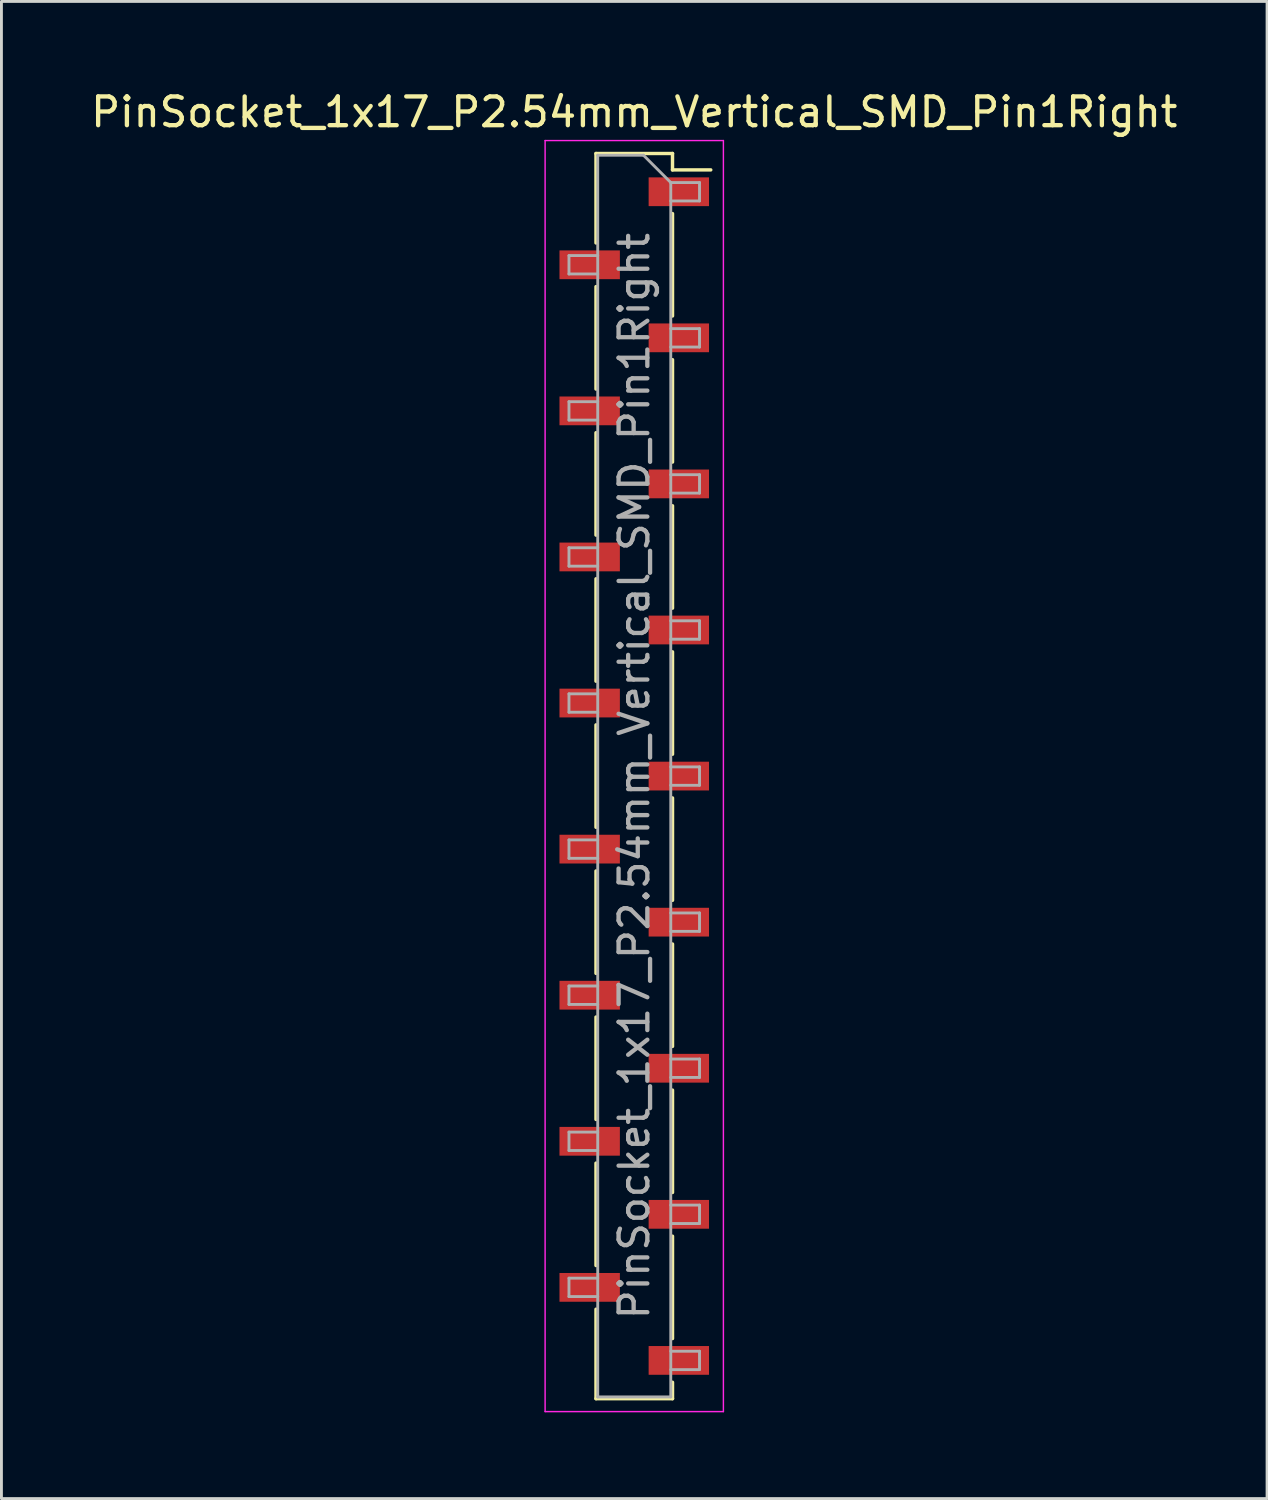
<source format=kicad_pcb>
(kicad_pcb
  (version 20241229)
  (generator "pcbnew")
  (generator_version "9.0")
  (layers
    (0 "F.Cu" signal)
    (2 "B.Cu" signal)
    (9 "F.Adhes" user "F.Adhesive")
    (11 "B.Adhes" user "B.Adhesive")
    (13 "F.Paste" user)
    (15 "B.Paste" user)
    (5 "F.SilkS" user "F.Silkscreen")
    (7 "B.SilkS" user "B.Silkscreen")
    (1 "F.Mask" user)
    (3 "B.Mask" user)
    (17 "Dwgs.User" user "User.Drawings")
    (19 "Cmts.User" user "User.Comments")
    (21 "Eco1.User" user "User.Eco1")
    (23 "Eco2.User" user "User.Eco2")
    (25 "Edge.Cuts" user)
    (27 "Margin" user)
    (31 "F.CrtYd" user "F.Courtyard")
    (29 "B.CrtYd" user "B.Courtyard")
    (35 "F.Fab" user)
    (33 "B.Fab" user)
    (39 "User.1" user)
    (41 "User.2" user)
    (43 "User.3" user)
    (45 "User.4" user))
  (footprint "PinSocket_1x17_P2.54mm_Vertical_SMD_Pin1Right"
    (layer "F.Cu")
    (at 19.006 23.938)
    (property "Reference" "PinSocket_1x17_P2.54mm_Vertical_SMD_Pin1Right" (at 0 -23.09 0) (layer "F.SilkS") (effects (font (size 1 1) (thickness 0.15))))
    (attr smd)
    (fp_line (start -1.33 -21.65) (end -1.33 -18.54) (stroke (width 0.12) (type solid)) (layer "F.SilkS"))
    (fp_line (start -1.33 -21.65) (end 1.33 -21.65) (stroke (width 0.12) (type solid)) (layer "F.SilkS"))
    (fp_line (start -1.33 -17.02) (end -1.33 -13.46) (stroke (width 0.12) (type solid)) (layer "F.SilkS"))
    (fp_line (start -1.33 -11.94) (end -1.33 -8.38) (stroke (width 0.12) (type solid)) (layer "F.SilkS"))
    (fp_line (start -1.33 -6.86) (end -1.33 -3.3) (stroke (width 0.12) (type solid)) (layer "F.SilkS"))
    (fp_line (start -1.33 -1.78) (end -1.33 1.78) (stroke (width 0.12) (type solid)) (layer "F.SilkS"))
    (fp_line (start -1.33 3.3) (end -1.33 6.86) (stroke (width 0.12) (type solid)) (layer "F.SilkS"))
    (fp_line (start -1.33 8.38) (end -1.33 11.94) (stroke (width 0.12) (type solid)) (layer "F.SilkS"))
    (fp_line (start -1.33 13.46) (end -1.33 17.02) (stroke (width 0.12) (type solid)) (layer "F.SilkS"))
    (fp_line (start -1.33 18.54) (end -1.33 21.65) (stroke (width 0.12) (type solid)) (layer "F.SilkS"))
    (fp_line (start 1.33 -21.65) (end 1.33 -21.08) (stroke (width 0.12) (type solid)) (layer "F.SilkS"))
    (fp_line (start 1.33 -21.08) (end 2.66 -21.08) (stroke (width 0.12) (type solid)) (layer "F.SilkS"))
    (fp_line (start 1.33 -19.56) (end 1.33 -16) (stroke (width 0.12) (type solid)) (layer "F.SilkS"))
    (fp_line (start 1.33 -14.48) (end 1.33 -10.92) (stroke (width 0.12) (type solid)) (layer "F.SilkS"))
    (fp_line (start 1.33 -9.4) (end 1.33 -5.84) (stroke (width 0.12) (type solid)) (layer "F.SilkS"))
    (fp_line (start 1.33 -4.32) (end 1.33 -0.76) (stroke (width 0.12) (type solid)) (layer "F.SilkS"))
    (fp_line (start 1.33 0.76) (end 1.33 4.32) (stroke (width 0.12) (type solid)) (layer "F.SilkS"))
    (fp_line (start 1.33 5.84) (end 1.33 9.4) (stroke (width 0.12) (type solid)) (layer "F.SilkS"))
    (fp_line (start 1.33 10.92) (end 1.33 14.48) (stroke (width 0.12) (type solid)) (layer "F.SilkS"))
    (fp_line (start 1.33 16) (end 1.33 19.56) (stroke (width 0.12) (type solid)) (layer "F.SilkS"))
    (fp_line (start 1.33 21.08) (end 1.33 21.65) (stroke (width 0.12) (type solid)) (layer "F.SilkS"))
    (fp_line (start 1.33 21.65) (end -1.33 21.65) (stroke (width 0.12) (type solid)) (layer "F.SilkS"))
    (fp_line (start -3.1 -22.1) (end 3.1 -22.1) (stroke (width 0.05) (type solid)) (layer "F.CrtYd"))
    (fp_line (start -3.1 22.1) (end -3.1 -22.1) (stroke (width 0.05) (type solid)) (layer "F.CrtYd"))
    (fp_line (start 3.1 -22.1) (end 3.1 22.1) (stroke (width 0.05) (type solid)) (layer "F.CrtYd"))
    (fp_line (start 3.1 22.1) (end -3.1 22.1) (stroke (width 0.05) (type solid)) (layer "F.CrtYd"))
    (fp_line (start -2.27 -18.1) (end -1.27 -18.1) (stroke (width 0.1) (type solid)) (layer "F.Fab"))
    (fp_line (start -2.27 -17.46) (end -2.27 -18.1) (stroke (width 0.1) (type solid)) (layer "F.Fab"))
    (fp_line (start -2.27 -13.02) (end -1.27 -13.02) (stroke (width 0.1) (type solid)) (layer "F.Fab"))
    (fp_line (start -2.27 -12.38) (end -2.27 -13.02) (stroke (width 0.1) (type solid)) (layer "F.Fab"))
    (fp_line (start -2.27 -7.94) (end -1.27 -7.94) (stroke (width 0.1) (type solid)) (layer "F.Fab"))
    (fp_line (start -2.27 -7.3) (end -2.27 -7.94) (stroke (width 0.1) (type solid)) (layer "F.Fab"))
    (fp_line (start -2.27 -2.86) (end -1.27 -2.86) (stroke (width 0.1) (type solid)) (layer "F.Fab"))
    (fp_line (start -2.27 -2.22) (end -2.27 -2.86) (stroke (width 0.1) (type solid)) (layer "F.Fab"))
    (fp_line (start -2.27 2.22) (end -1.27 2.22) (stroke (width 0.1) (type solid)) (layer "F.Fab"))
    (fp_line (start -2.27 2.86) (end -2.27 2.22) (stroke (width 0.1) (type solid)) (layer "F.Fab"))
    (fp_line (start -2.27 7.3) (end -1.27 7.3) (stroke (width 0.1) (type solid)) (layer "F.Fab"))
    (fp_line (start -2.27 7.94) (end -2.27 7.3) (stroke (width 0.1) (type solid)) (layer "F.Fab"))
    (fp_line (start -2.27 12.38) (end -1.27 12.38) (stroke (width 0.1) (type solid)) (layer "F.Fab"))
    (fp_line (start -2.27 13.02) (end -2.27 12.38) (stroke (width 0.1) (type solid)) (layer "F.Fab"))
    (fp_line (start -2.27 17.46) (end -1.27 17.46) (stroke (width 0.1) (type solid)) (layer "F.Fab"))
    (fp_line (start -2.27 18.1) (end -2.27 17.46) (stroke (width 0.1) (type solid)) (layer "F.Fab"))
    (fp_line (start -1.27 -21.59) (end 0.32 -21.59) (stroke (width 0.1) (type solid)) (layer "F.Fab"))
    (fp_line (start -1.27 -17.46) (end -2.27 -17.46) (stroke (width 0.1) (type solid)) (layer "F.Fab"))
    (fp_line (start -1.27 -12.38) (end -2.27 -12.38) (stroke (width 0.1) (type solid)) (layer "F.Fab"))
    (fp_line (start -1.27 -7.3) (end -2.27 -7.3) (stroke (width 0.1) (type solid)) (layer "F.Fab"))
    (fp_line (start -1.27 -2.22) (end -2.27 -2.22) (stroke (width 0.1) (type solid)) (layer "F.Fab"))
    (fp_line (start -1.27 2.86) (end -2.27 2.86) (stroke (width 0.1) (type solid)) (layer "F.Fab"))
    (fp_line (start -1.27 7.94) (end -2.27 7.94) (stroke (width 0.1) (type solid)) (layer "F.Fab"))
    (fp_line (start -1.27 13.02) (end -2.27 13.02) (stroke (width 0.1) (type solid)) (layer "F.Fab"))
    (fp_line (start -1.27 18.1) (end -2.27 18.1) (stroke (width 0.1) (type solid)) (layer "F.Fab"))
    (fp_line (start -1.27 21.59) (end -1.27 -21.59) (stroke (width 0.1) (type solid)) (layer "F.Fab"))
    (fp_line (start 0.32 -21.59) (end 1.27 -20.64) (stroke (width 0.1) (type solid)) (layer "F.Fab"))
    (fp_line (start 1.27 -20.64) (end 1.27 21.59) (stroke (width 0.1) (type solid)) (layer "F.Fab"))
    (fp_line (start 1.27 -20.64) (end 2.27 -20.64) (stroke (width 0.1) (type solid)) (layer "F.Fab"))
    (fp_line (start 1.27 -15.56) (end 2.27 -15.56) (stroke (width 0.1) (type solid)) (layer "F.Fab"))
    (fp_line (start 1.27 -10.48) (end 2.27 -10.48) (stroke (width 0.1) (type solid)) (layer "F.Fab"))
    (fp_line (start 1.27 -5.4) (end 2.27 -5.4) (stroke (width 0.1) (type solid)) (layer "F.Fab"))
    (fp_line (start 1.27 -0.32) (end 2.27 -0.32) (stroke (width 0.1) (type solid)) (layer "F.Fab"))
    (fp_line (start 1.27 4.76) (end 2.27 4.76) (stroke (width 0.1) (type solid)) (layer "F.Fab"))
    (fp_line (start 1.27 9.84) (end 2.27 9.84) (stroke (width 0.1) (type solid)) (layer "F.Fab"))
    (fp_line (start 1.27 14.92) (end 2.27 14.92) (stroke (width 0.1) (type solid)) (layer "F.Fab"))
    (fp_line (start 1.27 20) (end 2.27 20) (stroke (width 0.1) (type solid)) (layer "F.Fab"))
    (fp_line (start 1.27 21.59) (end -1.27 21.59) (stroke (width 0.1) (type solid)) (layer "F.Fab"))
    (fp_line (start 2.27 -20.64) (end 2.27 -20) (stroke (width 0.1) (type solid)) (layer "F.Fab"))
    (fp_line (start 2.27 -20) (end 1.27 -20) (stroke (width 0.1) (type solid)) (layer "F.Fab"))
    (fp_line (start 2.27 -15.56) (end 2.27 -14.92) (stroke (width 0.1) (type solid)) (layer "F.Fab"))
    (fp_line (start 2.27 -14.92) (end 1.27 -14.92) (stroke (width 0.1) (type solid)) (layer "F.Fab"))
    (fp_line (start 2.27 -10.48) (end 2.27 -9.84) (stroke (width 0.1) (type solid)) (layer "F.Fab"))
    (fp_line (start 2.27 -9.84) (end 1.27 -9.84) (stroke (width 0.1) (type solid)) (layer "F.Fab"))
    (fp_line (start 2.27 -5.4) (end 2.27 -4.76) (stroke (width 0.1) (type solid)) (layer "F.Fab"))
    (fp_line (start 2.27 -4.76) (end 1.27 -4.76) (stroke (width 0.1) (type solid)) (layer "F.Fab"))
    (fp_line (start 2.27 -0.32) (end 2.27 0.32) (stroke (width 0.1) (type solid)) (layer "F.Fab"))
    (fp_line (start 2.27 0.32) (end 1.27 0.32) (stroke (width 0.1) (type solid)) (layer "F.Fab"))
    (fp_line (start 2.27 4.76) (end 2.27 5.4) (stroke (width 0.1) (type solid)) (layer "F.Fab"))
    (fp_line (start 2.27 5.4) (end 1.27 5.4) (stroke (width 0.1) (type solid)) (layer "F.Fab"))
    (fp_line (start 2.27 9.84) (end 2.27 10.48) (stroke (width 0.1) (type solid)) (layer "F.Fab"))
    (fp_line (start 2.27 10.48) (end 1.27 10.48) (stroke (width 0.1) (type solid)) (layer "F.Fab"))
    (fp_line (start 2.27 14.92) (end 2.27 15.56) (stroke (width 0.1) (type solid)) (layer "F.Fab"))
    (fp_line (start 2.27 15.56) (end 1.27 15.56) (stroke (width 0.1) (type solid)) (layer "F.Fab"))
    (fp_line (start 2.27 20) (end 2.27 20.64) (stroke (width 0.1) (type solid)) (layer "F.Fab"))
    (fp_line (start 2.27 20.64) (end 1.27 20.64) (stroke (width 0.1) (type solid)) (layer "F.Fab"))
    (fp_text user "${REFERENCE}" (at 0 0 90) (layer "F.Fab") (effects (font (size 1 1) (thickness 0.15))))
    (pad "1" smd rect (at 1.55 -20.32) (size 2.1 1) (layers "F.Cu" "F.Mask" "F.Paste"))
    (pad "2" smd rect (at -1.55 -17.78) (size 2.1 1) (layers "F.Cu" "F.Mask" "F.Paste"))
    (pad "3" smd rect (at 1.55 -15.24) (size 2.1 1) (layers "F.Cu" "F.Mask" "F.Paste"))
    (pad "4" smd rect (at -1.55 -12.7) (size 2.1 1) (layers "F.Cu" "F.Mask" "F.Paste"))
    (pad "5" smd rect (at 1.55 -10.16) (size 2.1 1) (layers "F.Cu" "F.Mask" "F.Paste"))
    (pad "6" smd rect (at -1.55 -7.62) (size 2.1 1) (layers "F.Cu" "F.Mask" "F.Paste"))
    (pad "7" smd rect (at 1.55 -5.08) (size 2.1 1) (layers "F.Cu" "F.Mask" "F.Paste"))
    (pad "8" smd rect (at -1.55 -2.54) (size 2.1 1) (layers "F.Cu" "F.Mask" "F.Paste"))
    (pad "9" smd rect (at 1.55 0) (size 2.1 1) (layers "F.Cu" "F.Mask" "F.Paste"))
    (pad "10" smd rect (at -1.55 2.54) (size 2.1 1) (layers "F.Cu" "F.Mask" "F.Paste"))
    (pad "11" smd rect (at 1.55 5.08) (size 2.1 1) (layers "F.Cu" "F.Mask" "F.Paste"))
    (pad "12" smd rect (at -1.55 7.62) (size 2.1 1) (layers "F.Cu" "F.Mask" "F.Paste"))
    (pad "13" smd rect (at 1.55 10.16) (size 2.1 1) (layers "F.Cu" "F.Mask" "F.Paste"))
    (pad "14" smd rect (at -1.55 12.7) (size 2.1 1) (layers "F.Cu" "F.Mask" "F.Paste"))
    (pad "15" smd rect (at 1.55 15.24) (size 2.1 1) (layers "F.Cu" "F.Mask" "F.Paste"))
    (pad "16" smd rect (at -1.55 17.78) (size 2.1 1) (layers "F.Cu" "F.Mask" "F.Paste"))
    (pad "17" smd rect (at 1.55 20.32) (size 2.1 1) (layers "F.Cu" "F.Mask" "F.Paste")))
  (gr_rect
    (start -3 -3)
    (end 41.012 49.063)
    (stroke (width 0.1) (type default))
    (fill no)
    (layer "Edge.Cuts")))
</source>
